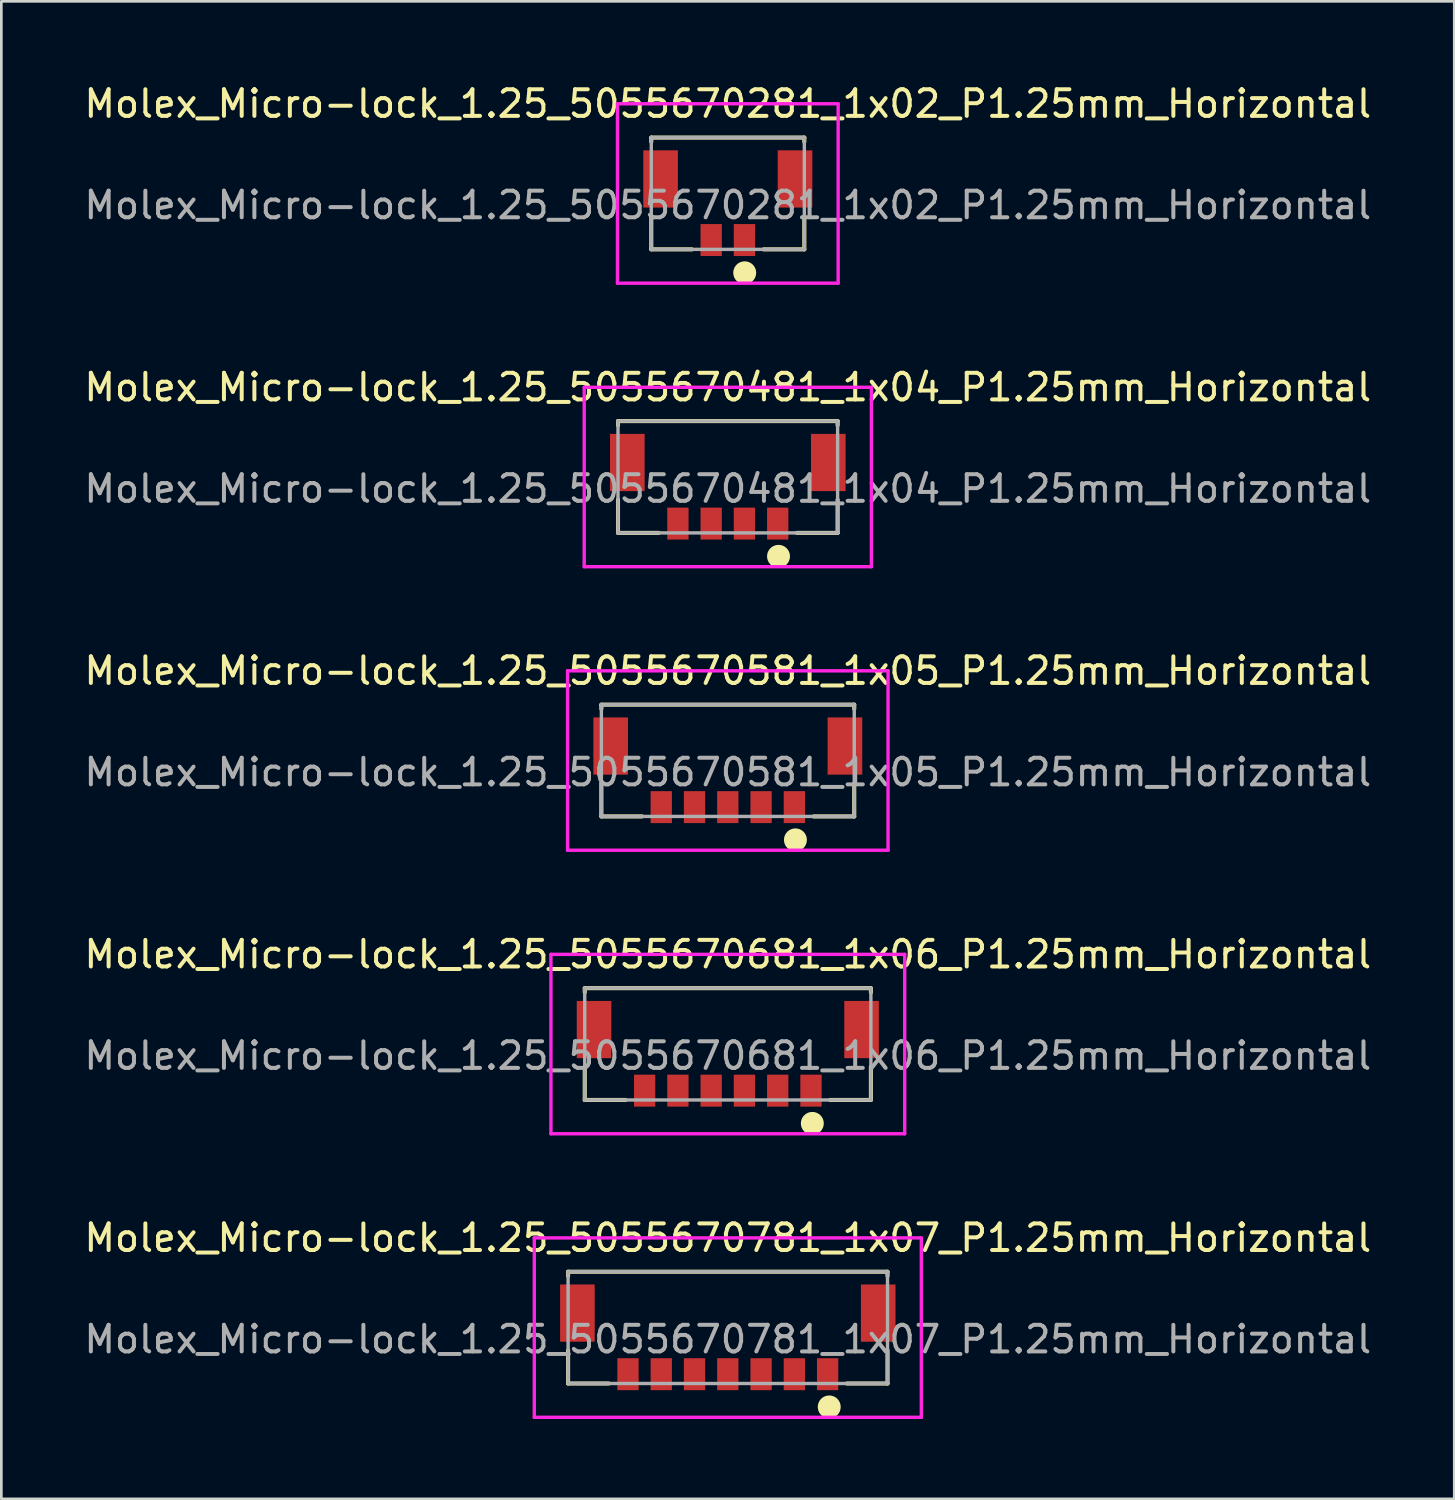
<source format=kicad_pcb>
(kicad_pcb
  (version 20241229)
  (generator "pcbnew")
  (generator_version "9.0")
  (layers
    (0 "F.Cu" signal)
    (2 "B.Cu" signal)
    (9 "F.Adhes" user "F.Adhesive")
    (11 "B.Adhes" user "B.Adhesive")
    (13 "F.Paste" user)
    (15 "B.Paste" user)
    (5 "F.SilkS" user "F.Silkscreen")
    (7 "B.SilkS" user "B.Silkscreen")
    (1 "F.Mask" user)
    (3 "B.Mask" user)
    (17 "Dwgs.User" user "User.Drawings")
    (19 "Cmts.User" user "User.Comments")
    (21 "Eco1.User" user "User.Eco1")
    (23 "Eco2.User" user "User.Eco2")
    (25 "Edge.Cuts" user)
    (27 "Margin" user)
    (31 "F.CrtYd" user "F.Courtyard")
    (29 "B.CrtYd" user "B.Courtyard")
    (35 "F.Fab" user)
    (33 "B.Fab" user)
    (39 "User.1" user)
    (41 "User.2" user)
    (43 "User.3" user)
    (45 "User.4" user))
  (footprint "Molex_Micro-lock_1.25_5055670481_1x04_P1.25mm_Horizontal"
    (layer "F.Cu")
    (at 24.292 15.31)
    (property "Reference" "Molex_Micro-lock_1.25_5055670481_1x04_P1.25mm_Horizontal" (at 0 -3.81 0) (unlocked yes) (layer "F.SilkS") (effects (font (size 1 1) (thickness 0.15))))
    (attr smd)
    (fp_line (start -4.125 -2.54) (end -4.125 -2.38) (stroke (width 0.152) (type solid)) (layer "F.SilkS"))
    (fp_line (start -4.125 0.41) (end -4.125 1.66) (stroke (width 0.152) (type solid)) (layer "F.SilkS"))
    (fp_line (start -4.125 1.66) (end -2.595 1.66) (stroke (width 0.152) (type solid)) (layer "F.SilkS"))
    (fp_line (start 2.595 1.66) (end 4.125 1.66) (stroke (width 0.152) (type solid)) (layer "F.SilkS"))
    (fp_line (start 4.125 -2.54) (end -4.125 -2.54) (stroke (width 0.152) (type solid)) (layer "F.SilkS"))
    (fp_line (start 4.125 -2.38) (end 4.125 -2.54) (stroke (width 0.152) (type solid)) (layer "F.SilkS"))
    (fp_line (start 4.125 1.66) (end 4.125 0.41) (stroke (width 0.152) (type solid)) (layer "F.SilkS"))
    (fp_circle (center 1.905 2.54) (end 2.286 2.54) (stroke (width 0.1) (type solid)) (fill yes) (layer "F.SilkS"))
    (fp_line (start -5.395 -3.81) (end -5.395 2.93) (stroke (width 0.127) (type solid)) (layer "F.CrtYd"))
    (fp_line (start -5.395 2.93) (end 5.395 2.93) (stroke (width 0.127) (type solid)) (layer "F.CrtYd"))
    (fp_line (start 5.395 -3.81) (end -5.395 -3.81) (stroke (width 0.127) (type solid)) (layer "F.CrtYd"))
    (fp_line (start 5.395 2.93) (end 5.395 -3.81) (stroke (width 0.127) (type solid)) (layer "F.CrtYd"))
    (fp_line (start -4.125 -2.54) (end -4.125 1.66) (stroke (width 0.127) (type solid)) (layer "F.Fab"))
    (fp_line (start -4.125 1.66) (end 4.125 1.66) (stroke (width 0.127) (type solid)) (layer "F.Fab"))
    (fp_line (start 4.125 -2.54) (end -4.125 -2.54) (stroke (width 0.127) (type solid)) (layer "F.Fab"))
    (fp_line (start 4.125 1.66) (end 4.125 -2.54) (stroke (width 0.127) (type solid)) (layer "F.Fab"))
    (fp_text user "${REFERENCE}" (at 0 0 0) (unlocked yes) (layer "F.Fab") (effects (font (size 1 1) (thickness 0.15))))
    (pad "1" smd rect (at 1.875 1.31) (size 0.8 1.2) (layers "F.Cu" "F.Mask" "F.Paste"))
    (pad "2" smd rect (at 0.625 1.31) (size 0.8 1.2) (layers "F.Cu" "F.Mask" "F.Paste"))
    (pad "3" smd rect (at -0.625 1.31) (size 0.8 1.2) (layers "F.Cu" "F.Mask" "F.Paste"))
    (pad "4" smd rect (at -1.875 1.31) (size 0.8 1.2) (layers "F.Cu" "F.Mask" "F.Paste"))
    (pad "MP" smd rect (at -3.775 -0.985) (size 1.3 2.15) (layers "F.Cu" "F.Mask" "F.Paste"))
    (pad "MP" smd rect (at 3.775 -0.985) (size 1.3 2.15) (layers "F.Cu" "F.Mask" "F.Paste")))
  (footprint "Molex_Micro-lock_1.25_5055670281_1x02_P1.25mm_Horizontal"
    (layer "F.Cu")
    (at 24.292 4.658)
    (property "Reference" "Molex_Micro-lock_1.25_5055670281_1x02_P1.25mm_Horizontal" (at 0 -3.81 0) (unlocked yes) (layer "F.SilkS") (effects (font (size 1 1) (thickness 0.15))))
    (attr smd)
    (fp_line (start -2.875 -2.54) (end -2.875 -2.38) (stroke (width 0.152) (type solid)) (layer "F.SilkS"))
    (fp_line (start -2.875 0.41) (end -2.875 1.66) (stroke (width 0.152) (type solid)) (layer "F.SilkS"))
    (fp_line (start -2.875 1.66) (end -1.345 1.66) (stroke (width 0.152) (type solid)) (layer "F.SilkS"))
    (fp_line (start 1.345 1.66) (end 2.875 1.66) (stroke (width 0.152) (type solid)) (layer "F.SilkS"))
    (fp_line (start 2.875 -2.54) (end -2.875 -2.54) (stroke (width 0.152) (type solid)) (layer "F.SilkS"))
    (fp_line (start 2.875 -2.38) (end 2.875 -2.54) (stroke (width 0.152) (type solid)) (layer "F.SilkS"))
    (fp_line (start 2.875 1.66) (end 2.875 0.41) (stroke (width 0.152) (type solid)) (layer "F.SilkS"))
    (fp_circle (center 0.635 2.54) (end 1.016 2.54) (stroke (width 0.1) (type solid)) (fill yes) (layer "F.SilkS"))
    (fp_line (start -4.145 -3.81) (end -4.145 2.93) (stroke (width 0.127) (type solid)) (layer "F.CrtYd"))
    (fp_line (start -4.145 2.93) (end 4.145 2.93) (stroke (width 0.127) (type solid)) (layer "F.CrtYd"))
    (fp_line (start 4.145 -3.81) (end -4.145 -3.81) (stroke (width 0.127) (type solid)) (layer "F.CrtYd"))
    (fp_line (start 4.145 2.93) (end 4.145 -3.81) (stroke (width 0.127) (type solid)) (layer "F.CrtYd"))
    (fp_line (start -2.875 -2.54) (end -2.875 1.66) (stroke (width 0.127) (type solid)) (layer "F.Fab"))
    (fp_line (start -2.875 1.66) (end 2.875 1.66) (stroke (width 0.127) (type solid)) (layer "F.Fab"))
    (fp_line (start 2.875 -2.54) (end -2.875 -2.54) (stroke (width 0.127) (type solid)) (layer "F.Fab"))
    (fp_line (start 2.875 1.66) (end 2.875 -2.54) (stroke (width 0.127) (type solid)) (layer "F.Fab"))
    (fp_text user "${REFERENCE}" (at 0 0 0) (unlocked yes) (layer "F.Fab") (effects (font (size 1 1) (thickness 0.15))))
    (pad "1" smd rect (at 0.625 1.31) (size 0.8 1.2) (layers "F.Cu" "F.Mask" "F.Paste"))
    (pad "2" smd rect (at -0.625 1.31) (size 0.8 1.2) (layers "F.Cu" "F.Mask" "F.Paste"))
    (pad "MP" smd rect (at -2.525 -0.985) (size 1.3 2.15) (layers "F.Cu" "F.Mask" "F.Paste"))
    (pad "MP" smd rect (at 2.525 -0.985) (size 1.3 2.15) (layers "F.Cu" "F.Mask" "F.Paste")))
  (footprint "Molex_Micro-lock_1.25_5055670781_1x07_P1.25mm_Horizontal"
    (layer "F.Cu")
    (at 24.292 47.265)
    (property "Reference" "Molex_Micro-lock_1.25_5055670781_1x07_P1.25mm_Horizontal" (at 0 -3.81 0) (unlocked yes) (layer "F.SilkS") (effects (font (size 1 1) (thickness 0.15))))
    (attr smd)
    (fp_line (start -6 -2.54) (end -6 -2.38) (stroke (width 0.152) (type solid)) (layer "F.SilkS"))
    (fp_line (start -6 0.41) (end -6 1.66) (stroke (width 0.152) (type solid)) (layer "F.SilkS"))
    (fp_line (start -6 1.66) (end -4.47 1.66) (stroke (width 0.152) (type solid)) (layer "F.SilkS"))
    (fp_line (start 4.47 1.66) (end 6 1.66) (stroke (width 0.152) (type solid)) (layer "F.SilkS"))
    (fp_line (start 6 -2.54) (end -6 -2.54) (stroke (width 0.152) (type solid)) (layer "F.SilkS"))
    (fp_line (start 6 -2.38) (end 6 -2.54) (stroke (width 0.152) (type solid)) (layer "F.SilkS"))
    (fp_line (start 6 1.66) (end 6 0.41) (stroke (width 0.152) (type solid)) (layer "F.SilkS"))
    (fp_circle (center 3.81 2.54) (end 4.191 2.54) (stroke (width 0.1) (type solid)) (fill yes) (layer "F.SilkS"))
    (fp_line (start -7.27 -3.81) (end -7.27 2.93) (stroke (width 0.127) (type solid)) (layer "F.CrtYd"))
    (fp_line (start -7.27 2.93) (end 7.27 2.93) (stroke (width 0.127) (type solid)) (layer "F.CrtYd"))
    (fp_line (start 7.27 -3.81) (end -7.27 -3.81) (stroke (width 0.127) (type solid)) (layer "F.CrtYd"))
    (fp_line (start 7.27 2.93) (end 7.27 -3.81) (stroke (width 0.127) (type solid)) (layer "F.CrtYd"))
    (fp_line (start -6 -2.54) (end -6 1.66) (stroke (width 0.127) (type solid)) (layer "F.Fab"))
    (fp_line (start -6 1.66) (end 6 1.66) (stroke (width 0.127) (type solid)) (layer "F.Fab"))
    (fp_line (start 6 -2.54) (end -6 -2.54) (stroke (width 0.127) (type solid)) (layer "F.Fab"))
    (fp_line (start 6 1.66) (end 6 -2.54) (stroke (width 0.127) (type solid)) (layer "F.Fab"))
    (fp_text user "${REFERENCE}" (at 0 0 0) (unlocked yes) (layer "F.Fab") (effects (font (size 1 1) (thickness 0.15))))
    (pad "1" smd rect (at 3.75 1.31) (size 0.8 1.2) (layers "F.Cu" "F.Mask" "F.Paste"))
    (pad "2" smd rect (at 2.5 1.31) (size 0.8 1.2) (layers "F.Cu" "F.Mask" "F.Paste"))
    (pad "3" smd rect (at 1.25 1.31) (size 0.8 1.2) (layers "F.Cu" "F.Mask" "F.Paste"))
    (pad "4" smd rect (at 0 1.31) (size 0.8 1.2) (layers "F.Cu" "F.Mask" "F.Paste"))
    (pad "5" smd rect (at -1.25 1.31) (size 0.8 1.2) (layers "F.Cu" "F.Mask" "F.Paste"))
    (pad "6" smd rect (at -2.5 1.31) (size 0.8 1.2) (layers "F.Cu" "F.Mask" "F.Paste"))
    (pad "7" smd rect (at -3.75 1.31) (size 0.8 1.2) (layers "F.Cu" "F.Mask" "F.Paste"))
    (pad "MP" smd rect (at -5.65 -0.985) (size 1.3 2.15) (layers "F.Cu" "F.Mask" "F.Paste"))
    (pad "MP" smd rect (at 5.65 -0.985) (size 1.3 2.15) (layers "F.Cu" "F.Mask" "F.Paste")))
  (footprint "Molex_Micro-lock_1.25_5055670581_1x05_P1.25mm_Horizontal"
    (layer "F.Cu")
    (at 24.292 25.962)
    (property "Reference" "Molex_Micro-lock_1.25_5055670581_1x05_P1.25mm_Horizontal" (at 0 -3.81 0) (unlocked yes) (layer "F.SilkS") (effects (font (size 1 1) (thickness 0.15))))
    (attr smd)
    (fp_line (start -4.75 -2.54) (end -4.75 -2.38) (stroke (width 0.152) (type solid)) (layer "F.SilkS"))
    (fp_line (start -4.75 0.41) (end -4.75 1.66) (stroke (width 0.152) (type solid)) (layer "F.SilkS"))
    (fp_line (start -4.75 1.66) (end -3.22 1.66) (stroke (width 0.152) (type solid)) (layer "F.SilkS"))
    (fp_line (start 3.22 1.66) (end 4.75 1.66) (stroke (width 0.152) (type solid)) (layer "F.SilkS"))
    (fp_line (start 4.75 -2.54) (end -4.75 -2.54) (stroke (width 0.152) (type solid)) (layer "F.SilkS"))
    (fp_line (start 4.75 -2.38) (end 4.75 -2.54) (stroke (width 0.152) (type solid)) (layer "F.SilkS"))
    (fp_line (start 4.75 1.66) (end 4.75 0.41) (stroke (width 0.152) (type solid)) (layer "F.SilkS"))
    (fp_circle (center 2.54 2.54) (end 2.921 2.54) (stroke (width 0.1) (type solid)) (fill yes) (layer "F.SilkS"))
    (fp_line (start -6.02 -3.81) (end -6.02 2.93) (stroke (width 0.127) (type solid)) (layer "F.CrtYd"))
    (fp_line (start -6.02 2.93) (end 6.02 2.93) (stroke (width 0.127) (type solid)) (layer "F.CrtYd"))
    (fp_line (start 6.02 -3.81) (end -6.02 -3.81) (stroke (width 0.127) (type solid)) (layer "F.CrtYd"))
    (fp_line (start 6.02 2.93) (end 6.02 -3.81) (stroke (width 0.127) (type solid)) (layer "F.CrtYd"))
    (fp_line (start -4.75 -2.54) (end -4.75 1.66) (stroke (width 0.127) (type solid)) (layer "F.Fab"))
    (fp_line (start -4.75 1.66) (end 4.75 1.66) (stroke (width 0.127) (type solid)) (layer "F.Fab"))
    (fp_line (start 4.75 -2.54) (end -4.75 -2.54) (stroke (width 0.127) (type solid)) (layer "F.Fab"))
    (fp_line (start 4.75 1.66) (end 4.75 -2.54) (stroke (width 0.127) (type solid)) (layer "F.Fab"))
    (fp_text user "${REFERENCE}" (at 0 0 0) (unlocked yes) (layer "F.Fab") (effects (font (size 1 1) (thickness 0.15))))
    (pad "1" smd rect (at 2.5 1.31) (size 0.8 1.2) (layers "F.Cu" "F.Mask" "F.Paste"))
    (pad "2" smd rect (at 1.25 1.31) (size 0.8 1.2) (layers "F.Cu" "F.Mask" "F.Paste"))
    (pad "3" smd rect (at 0.000001 1.31) (size 0.8 1.2) (layers "F.Cu" "F.Mask" "F.Paste"))
    (pad "4" smd rect (at -1.25 1.31) (size 0.8 1.2) (layers "F.Cu" "F.Mask" "F.Paste"))
    (pad "5" smd rect (at -2.5 1.31) (size 0.8 1.2) (layers "F.Cu" "F.Mask" "F.Paste"))
    (pad "MP" smd rect (at -4.4 -0.985) (size 1.3 2.15) (layers "F.Cu" "F.Mask" "F.Paste"))
    (pad "MP" smd rect (at 4.4 -0.985) (size 1.3 2.15) (layers "F.Cu" "F.Mask" "F.Paste")))
  (footprint "Molex_Micro-lock_1.25_5055670681_1x06_P1.25mm_Horizontal"
    (layer "F.Cu")
    (at 24.292 36.613)
    (property "Reference" "Molex_Micro-lock_1.25_5055670681_1x06_P1.25mm_Horizontal" (at 0 -3.81 0) (unlocked yes) (layer "F.SilkS") (effects (font (size 1 1) (thickness 0.15))))
    (attr smd)
    (fp_line (start -5.375 -2.54) (end -5.375 -2.38) (stroke (width 0.152) (type solid)) (layer "F.SilkS"))
    (fp_line (start -5.375 0.41) (end -5.375 1.66) (stroke (width 0.152) (type solid)) (layer "F.SilkS"))
    (fp_line (start -5.375 1.66) (end -3.845 1.66) (stroke (width 0.152) (type solid)) (layer "F.SilkS"))
    (fp_line (start 3.845 1.66) (end 5.375 1.66) (stroke (width 0.152) (type solid)) (layer "F.SilkS"))
    (fp_line (start 5.375 -2.54) (end -5.375 -2.54) (stroke (width 0.152) (type solid)) (layer "F.SilkS"))
    (fp_line (start 5.375 -2.38) (end 5.375 -2.54) (stroke (width 0.152) (type solid)) (layer "F.SilkS"))
    (fp_line (start 5.375 1.66) (end 5.375 0.41) (stroke (width 0.152) (type solid)) (layer "F.SilkS"))
    (fp_circle (center 3.175 2.54) (end 3.556 2.54) (stroke (width 0.1) (type solid)) (fill yes) (layer "F.SilkS"))
    (fp_line (start -6.645 -3.81) (end -6.645 2.93) (stroke (width 0.127) (type solid)) (layer "F.CrtYd"))
    (fp_line (start -6.645 2.93) (end 6.645 2.93) (stroke (width 0.127) (type solid)) (layer "F.CrtYd"))
    (fp_line (start 6.645 -3.81) (end -6.645 -3.81) (stroke (width 0.127) (type solid)) (layer "F.CrtYd"))
    (fp_line (start 6.645 2.93) (end 6.645 -3.81) (stroke (width 0.127) (type solid)) (layer "F.CrtYd"))
    (fp_line (start -5.375 -2.54) (end -5.375 1.66) (stroke (width 0.127) (type solid)) (layer "F.Fab"))
    (fp_line (start -5.375 1.66) (end 5.375 1.66) (stroke (width 0.127) (type solid)) (layer "F.Fab"))
    (fp_line (start 5.375 -2.54) (end -5.375 -2.54) (stroke (width 0.127) (type solid)) (layer "F.Fab"))
    (fp_line (start 5.375 1.66) (end 5.375 -2.54) (stroke (width 0.127) (type solid)) (layer "F.Fab"))
    (fp_text user "${REFERENCE}" (at 0 0 0) (unlocked yes) (layer "F.Fab") (effects (font (size 1 1) (thickness 0.15))))
    (pad "1" smd rect (at 3.125 1.31) (size 0.8 1.2) (layers "F.Cu" "F.Mask" "F.Paste"))
    (pad "2" smd rect (at 1.875 1.31) (size 0.8 1.2) (layers "F.Cu" "F.Mask" "F.Paste"))
    (pad "3" smd rect (at 0.625 1.31) (size 0.8 1.2) (layers "F.Cu" "F.Mask" "F.Paste"))
    (pad "4" smd rect (at -0.625 1.31) (size 0.8 1.2) (layers "F.Cu" "F.Mask" "F.Paste"))
    (pad "5" smd rect (at -1.875 1.31) (size 0.8 1.2) (layers "F.Cu" "F.Mask" "F.Paste"))
    (pad "6" smd rect (at -3.125 1.31) (size 0.8 1.2) (layers "F.Cu" "F.Mask" "F.Paste"))
    (pad "MP" smd rect (at -5.025 -0.985) (size 1.3 2.15) (layers "F.Cu" "F.Mask" "F.Paste"))
    (pad "MP" smd rect (at 5.025 -0.985) (size 1.3 2.15) (layers "F.Cu" "F.Mask" "F.Paste")))
  (gr_rect
    (start -3 -3)
    (end 51.583 53.259)
    (stroke (width 0.1) (type default))
    (fill no)
    (layer "Edge.Cuts")))
</source>
